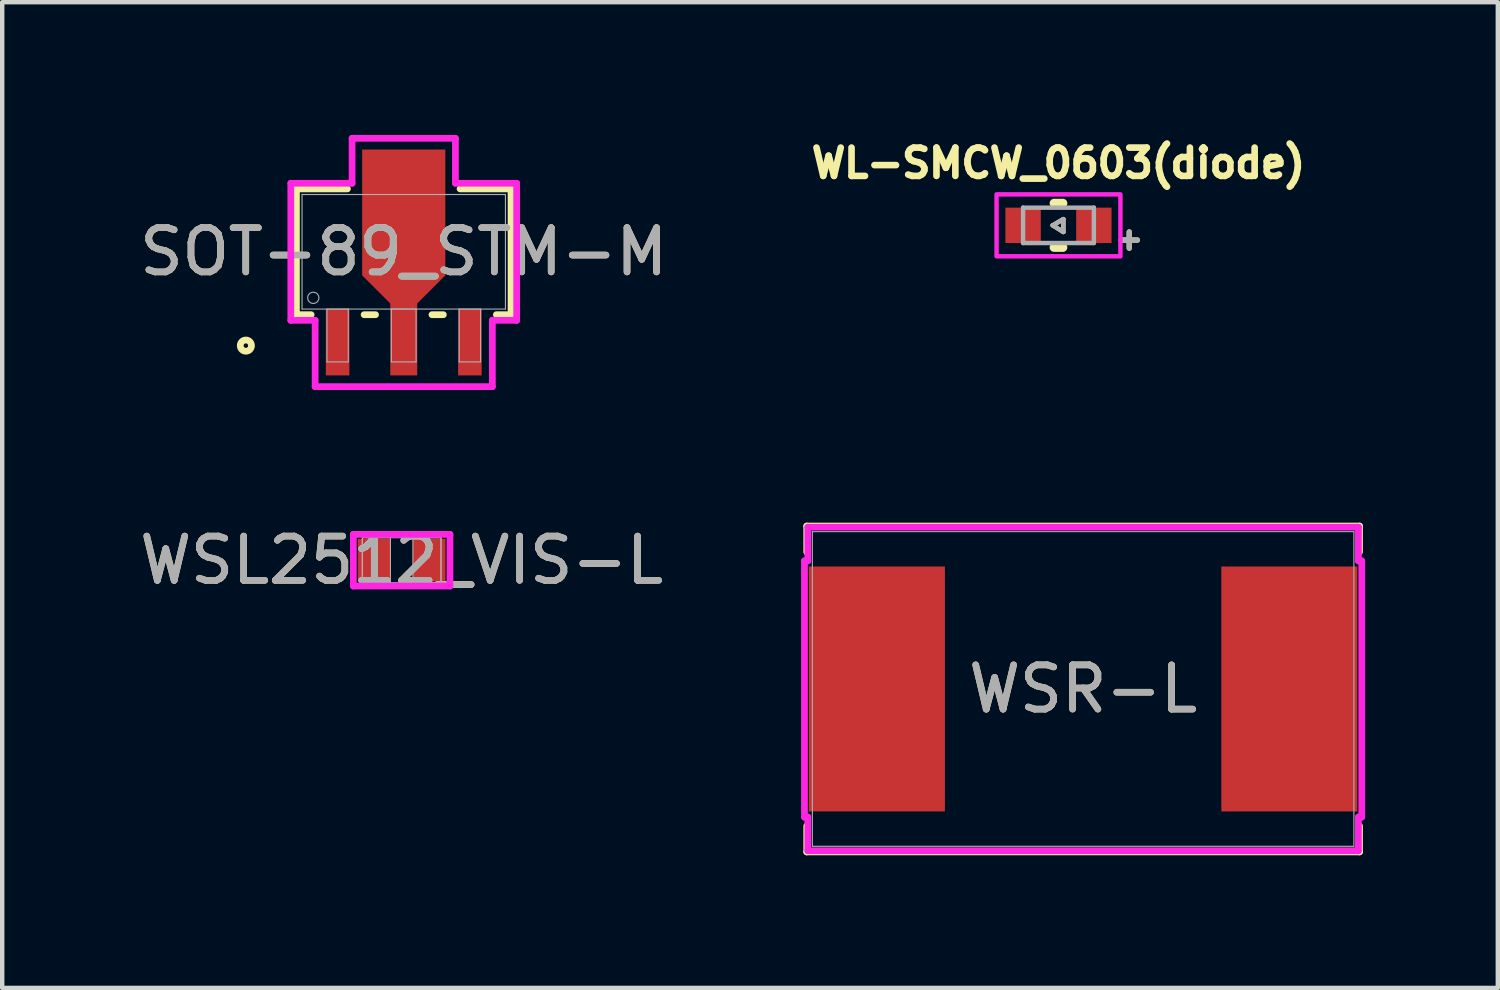
<source format=kicad_pcb>
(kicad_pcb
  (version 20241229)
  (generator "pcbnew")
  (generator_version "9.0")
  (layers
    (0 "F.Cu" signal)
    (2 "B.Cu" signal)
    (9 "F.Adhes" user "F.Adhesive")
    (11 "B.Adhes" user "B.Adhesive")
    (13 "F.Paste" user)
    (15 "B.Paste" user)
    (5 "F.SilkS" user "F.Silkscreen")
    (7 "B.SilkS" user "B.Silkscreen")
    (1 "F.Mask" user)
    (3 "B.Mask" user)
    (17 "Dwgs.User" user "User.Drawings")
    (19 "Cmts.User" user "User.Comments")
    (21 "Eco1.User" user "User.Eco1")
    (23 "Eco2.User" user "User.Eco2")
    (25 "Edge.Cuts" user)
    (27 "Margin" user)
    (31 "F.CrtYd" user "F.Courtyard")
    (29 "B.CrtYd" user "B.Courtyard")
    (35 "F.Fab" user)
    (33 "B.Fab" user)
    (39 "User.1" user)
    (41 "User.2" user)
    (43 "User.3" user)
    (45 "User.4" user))
  (footprint "WSL2512_VIS-L"
    (layer "F.Cu")
    (at 6.03 9.614)
    (property "Reference" "WSL2512_VIS-L" (at 0 0 0) (unlocked yes) (layer "F.SilkS") (effects (font (size 1 1) (thickness 0.15))))
    (attr smd)
    (fp_line (start -1.092 -0.584) (end 1.092 -0.584) (stroke (width 0.152) (type solid)) (layer "F.CrtYd"))
    (fp_line (start -1.092 0.584) (end -1.092 -0.584) (stroke (width 0.152) (type solid)) (layer "F.CrtYd"))
    (fp_line (start 1.092 -0.584) (end 1.092 0.584) (stroke (width 0.152) (type solid)) (layer "F.CrtYd"))
    (fp_line (start 1.092 0.584) (end -1.092 0.584) (stroke (width 0.152) (type solid)) (layer "F.CrtYd"))
    (fp_line (start -0.889 -0.508) (end -0.889 0.508) (stroke (width 0.025) (type solid)) (layer "F.Fab"))
    (fp_line (start -0.889 -0.508) (end -0.889 0.508) (stroke (width 0.025) (type solid)) (layer "F.Fab"))
    (fp_line (start -0.889 0.508) (end -0.254 0.508) (stroke (width 0.025) (type solid)) (layer "F.Fab"))
    (fp_line (start -0.889 0.508) (end 0.889 0.508) (stroke (width 0.025) (type solid)) (layer "F.Fab"))
    (fp_line (start -0.254 -0.508) (end -0.889 -0.508) (stroke (width 0.025) (type solid)) (layer "F.Fab"))
    (fp_line (start -0.254 0.508) (end -0.254 -0.508) (stroke (width 0.025) (type solid)) (layer "F.Fab"))
    (fp_line (start 0.254 -0.508) (end 0.254 0.508) (stroke (width 0.025) (type solid)) (layer "F.Fab"))
    (fp_line (start 0.254 0.508) (end 0.889 0.508) (stroke (width 0.025) (type solid)) (layer "F.Fab"))
    (fp_line (start 0.889 -0.508) (end -0.889 -0.508) (stroke (width 0.025) (type solid)) (layer "F.Fab"))
    (fp_line (start 0.889 -0.508) (end 0.254 -0.508) (stroke (width 0.025) (type solid)) (layer "F.Fab"))
    (fp_line (start 0.889 0.508) (end 0.889 -0.508) (stroke (width 0.025) (type solid)) (layer "F.Fab"))
    (fp_line (start 0.889 0.508) (end 0.889 -0.508) (stroke (width 0.025) (type solid)) (layer "F.Fab"))
    (fp_text user "${REFERENCE}" (at 0 0 0) (unlocked yes) (layer "F.Fab") (effects (font (size 1 1) (thickness 0.15))))
    (pad "1" smd rect (at -0.622 0) (size 0.737 0.965) (layers "F.Cu" "F.Mask" "F.Paste"))
    (pad "2" smd rect (at 0.622 0) (size 0.737 0.965) (layers "F.Cu" "F.Mask" "F.Paste"))
    (zone (net_name "") (layer "F.Cu") (hatch full 0.508) (connect_pads) (min_thickness 0.254) (filled_areas_thickness no) (keepout (tracks not_allowed) (vias not_allowed) (pads allowed) (copperpour not_allowed) (footprints allowed)) (placement (enabled no)) (fill) (polygon (pts (xy 5.827 9.157) (xy 6.233 9.157) (xy 6.233 10.071) (xy 5.827 10.071)))))
  (footprint "WL-SMCW_0603(diode)"
    (layer "F.Cu")
    (at 20.878 2.044)
    (property "Reference" "WL-SMCW_0603(diode)" (at 0 -1.406 0) (layer "F.SilkS") (effects (font (size 0.64 0.64) (thickness 0.15))))
    (attr smd)
    (fp_line (start -0.13 0) (end 0.11 -0.14) (stroke (width 0.1) (type solid)) (layer "F.SilkS"))
    (fp_line (start -0.1 -0.5) (end 0.1 -0.5) (stroke (width 0.2) (type solid)) (layer "F.SilkS"))
    (fp_line (start 0.1 0.5) (end -0.1 0.5) (stroke (width 0.2) (type solid)) (layer "F.SilkS"))
    (fp_line (start 0.11 -0.14) (end 0.11 0.15) (stroke (width 0.1) (type solid)) (layer "F.SilkS"))
    (fp_line (start 0.11 0.15) (end -0.13 0) (stroke (width 0.1) (type solid)) (layer "F.SilkS"))
    (fp_poly (pts (xy -1.4 -0.7) (xy 1.4 -0.7) (xy 1.4 0.7) (xy -1.4 0.7)) (stroke (width 0.1) (type solid)) (fill no) (layer "F.CrtYd"))
    (fp_line (start -0.8 -0.4) (end 0.8 -0.4) (stroke (width 0.1) (type solid)) (layer "F.Fab"))
    (fp_line (start -0.8 0.4) (end -0.8 -0.4) (stroke (width 0.1) (type solid)) (layer "F.Fab"))
    (fp_line (start -0.8 0.4) (end 0.8 0.4) (stroke (width 0.1) (type solid)) (layer "F.Fab"))
    (fp_line (start -0.13 0) (end 0.11 -0.14) (stroke (width 0.1) (type solid)) (layer "F.Fab"))
    (fp_line (start 0.11 -0.14) (end 0.11 0.15) (stroke (width 0.1) (type solid)) (layer "F.Fab"))
    (fp_line (start 0.11 0.15) (end -0.13 0) (stroke (width 0.1) (type solid)) (layer "F.Fab"))
    (fp_line (start 0.8 -0.4) (end 0.8 0.4) (stroke (width 0.1) (type solid)) (layer "F.Fab"))
    (fp_text user "+" (at 1.6 0.3 0) (layer "F.SilkS") (effects (font (size 0.48 0.48) (thickness 0.15))))
    (fp_text user "+" (at 1.6 0.3 0) (layer "F.Fab") (effects (font (size 0.48 0.48) (thickness 0.15))))
    (pad "1" smd rect (at -0.8 0) (size 0.8 0.8) (layers "F.Cu" "F.Mask" "F.Paste"))
    (pad "2" smd rect (at 0.8 0) (size 0.8 0.8) (layers "F.Cu" "F.Mask" "F.Paste")))
  (footprint "WSR-L"
    (layer "F.Cu")
    (at 21.435 12.525)
    (property "Reference" "WSR-L" (at 0 0 0) (unlocked yes) (layer "F.SilkS") (effects (font (size 1 1) (thickness 0.15))))
    (attr smd)
    (fp_line (start -6.248 -3.683) (end -6.248 -3.097) (stroke (width 0.152) (type solid)) (layer "F.SilkS"))
    (fp_line (start -6.248 3.097) (end -6.248 3.683) (stroke (width 0.152) (type solid)) (layer "F.SilkS"))
    (fp_line (start -6.248 3.683) (end 6.248 3.683) (stroke (width 0.152) (type solid)) (layer "F.SilkS"))
    (fp_line (start 6.248 -3.683) (end -6.248 -3.683) (stroke (width 0.152) (type solid)) (layer "F.SilkS"))
    (fp_line (start 6.248 -3.097) (end 6.248 -3.683) (stroke (width 0.152) (type solid)) (layer "F.SilkS"))
    (fp_line (start 6.248 3.683) (end 6.248 3.097) (stroke (width 0.152) (type solid)) (layer "F.SilkS"))
    (fp_line (start -6.299 -2.896) (end -6.223 -2.896) (stroke (width 0.152) (type solid)) (layer "F.CrtYd"))
    (fp_line (start -6.299 2.896) (end -6.299 -2.896) (stroke (width 0.152) (type solid)) (layer "F.CrtYd"))
    (fp_line (start -6.223 -3.658) (end 6.223 -3.658) (stroke (width 0.152) (type solid)) (layer "F.CrtYd"))
    (fp_line (start -6.223 -2.896) (end -6.223 -3.658) (stroke (width 0.152) (type solid)) (layer "F.CrtYd"))
    (fp_line (start -6.223 2.896) (end -6.299 2.896) (stroke (width 0.152) (type solid)) (layer "F.CrtYd"))
    (fp_line (start -6.223 3.658) (end -6.223 2.896) (stroke (width 0.152) (type solid)) (layer "F.CrtYd"))
    (fp_line (start 6.223 -3.658) (end 6.223 -2.896) (stroke (width 0.152) (type solid)) (layer "F.CrtYd"))
    (fp_line (start 6.223 -2.896) (end 6.299 -2.896) (stroke (width 0.152) (type solid)) (layer "F.CrtYd"))
    (fp_line (start 6.223 2.896) (end 6.223 3.658) (stroke (width 0.152) (type solid)) (layer "F.CrtYd"))
    (fp_line (start 6.223 3.658) (end -6.223 3.658) (stroke (width 0.152) (type solid)) (layer "F.CrtYd"))
    (fp_line (start 6.299 -2.896) (end 6.299 2.896) (stroke (width 0.152) (type solid)) (layer "F.CrtYd"))
    (fp_line (start 6.299 2.896) (end 6.223 2.896) (stroke (width 0.152) (type solid)) (layer "F.CrtYd"))
    (fp_line (start -6.121 -3.556) (end -6.121 3.556) (stroke (width 0.025) (type solid)) (layer "F.Fab"))
    (fp_line (start -6.121 3.556) (end 6.121 3.556) (stroke (width 0.025) (type solid)) (layer "F.Fab"))
    (fp_line (start 6.121 -3.556) (end -6.121 -3.556) (stroke (width 0.025) (type solid)) (layer "F.Fab"))
    (fp_line (start 6.121 3.556) (end 6.121 -3.556) (stroke (width 0.025) (type solid)) (layer "F.Fab"))
    (fp_text user "${REFERENCE}" (at 0 0 0) (unlocked yes) (layer "F.Fab") (effects (font (size 1 1) (thickness 0.15))))
    (pad "1" smd rect (at -4.661 0 90) (size 5.537 3.073) (layers "F.Cu" "F.Mask" "F.Paste"))
    (pad "2" smd rect (at 4.661 0 90) (size 5.537 3.073) (layers "F.Cu" "F.Mask" "F.Paste"))
    (zone (net_name "") (layer "F.Cu") (hatch full 0.508) (connect_pads) (min_thickness 0.254) (filled_areas_thickness no) (keepout (tracks not_allowed) (vias not_allowed) (pads allowed) (copperpour not_allowed) (footprints allowed)) (placement (enabled no)) (fill) (polygon (pts (xy 15.364 9.02) (xy 27.506 9.02) (xy 27.506 9.68) (xy 15.364 9.68))))
    (zone (net_name "") (layer "F.Cu") (hatch full 0.508) (connect_pads) (min_thickness 0.254) (filled_areas_thickness no) (keepout (tracks not_allowed) (vias not_allowed) (pads allowed) (copperpour not_allowed) (footprints allowed)) (placement (enabled no)) (fill) (polygon (pts (xy 15.364 15.37) (xy 27.506 15.37) (xy 27.506 16.03) (xy 15.364 16.03))))
    (zone (net_name "") (layer "F.Cu") (hatch full 0.508) (connect_pads) (min_thickness 0.254) (filled_areas_thickness no) (keepout (tracks not_allowed) (vias not_allowed) (pads allowed) (copperpour not_allowed) (footprints allowed)) (placement (enabled no)) (fill) (polygon (pts (xy 18.362 9.68) (xy 24.508 9.68) (xy 24.508 15.37) (xy 18.362 15.37)))))
  (footprint "SOT-89_STM-M"
    (layer "F.Cu")
    (at 6.077 2.642)
    (property "Reference" "SOT-89_STM-M" (at 0 0 0) (unlocked yes) (layer "F.SilkS") (effects (font (size 1 1) (thickness 0.15))))
    (attr smd)
    (fp_poly (pts (xy -0.305 1.295) (xy -0.305 1.168) (xy -0.94 0.533) (xy -0.94 -2.311) (xy 0.94 -2.311) (xy 0.94 0.533) (xy 0.305 1.168) (xy 0.305 1.295)) (stroke (width 0) (type solid)) (fill yes) (layer "F.Cu"))
    (fp_poly (pts (xy -0.305 1.321) (xy -0.305 1.168) (xy -0.94 0.533) (xy -0.94 -2.057) (xy 0.94 -2.057) (xy 0.94 0.533) (xy 0.305 1.168) (xy 0.305 1.321)) (stroke (width 0) (type solid)) (fill yes) (layer "F.Mask"))
    (fp_line (start -2.426 -1.422) (end -2.426 1.422) (stroke (width 0.152) (type solid)) (layer "F.SilkS"))
    (fp_line (start -2.426 1.422) (end -2.094 1.422) (stroke (width 0.152) (type solid)) (layer "F.SilkS"))
    (fp_line (start -1.273 -1.422) (end -2.426 -1.422) (stroke (width 0.152) (type solid)) (layer "F.SilkS"))
    (fp_line (start -0.896 1.422) (end -0.638 1.422) (stroke (width 0.152) (type solid)) (layer "F.SilkS"))
    (fp_line (start 0.638 1.422) (end 0.896 1.422) (stroke (width 0.152) (type solid)) (layer "F.SilkS"))
    (fp_line (start 2.094 1.422) (end 2.426 1.422) (stroke (width 0.152) (type solid)) (layer "F.SilkS"))
    (fp_line (start 2.426 -1.422) (end 1.273 -1.422) (stroke (width 0.152) (type solid)) (layer "F.SilkS"))
    (fp_line (start 2.426 1.422) (end 2.426 -1.422) (stroke (width 0.152) (type solid)) (layer "F.SilkS"))
    (fp_circle (center -3.569 2.121) (end -3.442 2.121) (stroke (width 0.152) (type solid)) (fill no) (layer "F.SilkS"))
    (fp_poly (pts (xy -0.305 1.321) (xy -0.305 1.168) (xy -0.94 0.533) (xy -0.94 -2.057) (xy 0.94 -2.057) (xy 0.94 0.533) (xy 0.305 1.168) (xy 0.305 1.321)) (stroke (width 0) (type solid)) (fill yes) (layer "F.Paste"))
    (fp_line (start -2.553 -1.549) (end -1.168 -1.549) (stroke (width 0.152) (type solid)) (layer "F.CrtYd"))
    (fp_line (start -2.553 1.549) (end -2.553 -1.549) (stroke (width 0.152) (type solid)) (layer "F.CrtYd"))
    (fp_line (start -2.003 1.549) (end -2.553 1.549) (stroke (width 0.152) (type solid)) (layer "F.CrtYd"))
    (fp_line (start -2.003 3.048) (end -2.003 1.549) (stroke (width 0.152) (type solid)) (layer "F.CrtYd"))
    (fp_line (start -1.168 -2.565) (end 1.168 -2.565) (stroke (width 0.152) (type solid)) (layer "F.CrtYd"))
    (fp_line (start -1.168 -1.549) (end -1.168 -2.565) (stroke (width 0.152) (type solid)) (layer "F.CrtYd"))
    (fp_line (start 1.168 -2.565) (end 1.168 -1.549) (stroke (width 0.152) (type solid)) (layer "F.CrtYd"))
    (fp_line (start 1.168 -1.549) (end 2.553 -1.549) (stroke (width 0.152) (type solid)) (layer "F.CrtYd"))
    (fp_line (start 2.003 1.549) (end 2.003 3.048) (stroke (width 0.152) (type solid)) (layer "F.CrtYd"))
    (fp_line (start 2.003 3.048) (end -2.003 3.048) (stroke (width 0.152) (type solid)) (layer "F.CrtYd"))
    (fp_line (start 2.553 -1.549) (end 2.553 1.549) (stroke (width 0.152) (type solid)) (layer "F.CrtYd"))
    (fp_line (start 2.553 1.549) (end 2.003 1.549) (stroke (width 0.152) (type solid)) (layer "F.CrtYd"))
    (fp_line (start -2.299 -1.295) (end -2.299 1.295) (stroke (width 0.025) (type solid)) (layer "F.Fab"))
    (fp_line (start -2.299 1.295) (end 2.299 1.295) (stroke (width 0.025) (type solid)) (layer "F.Fab"))
    (fp_line (start -1.736 1.295) (end -1.736 2.489) (stroke (width 0.025) (type solid)) (layer "F.Fab"))
    (fp_line (start -1.736 2.489) (end -1.254 2.489) (stroke (width 0.025) (type solid)) (layer "F.Fab"))
    (fp_line (start -1.254 1.295) (end -1.736 1.295) (stroke (width 0.025) (type solid)) (layer "F.Fab"))
    (fp_line (start -1.254 2.489) (end -1.254 1.295) (stroke (width 0.025) (type solid)) (layer "F.Fab"))
    (fp_line (start -0.279 1.295) (end -0.279 2.489) (stroke (width 0.025) (type solid)) (layer "F.Fab"))
    (fp_line (start -0.279 2.489) (end 0.279 2.489) (stroke (width 0.025) (type solid)) (layer "F.Fab"))
    (fp_line (start 0.279 1.295) (end -0.279 1.295) (stroke (width 0.025) (type solid)) (layer "F.Fab"))
    (fp_line (start 0.279 2.489) (end 0.279 1.295) (stroke (width 0.025) (type solid)) (layer "F.Fab"))
    (fp_line (start 1.254 1.295) (end 1.254 2.489) (stroke (width 0.025) (type solid)) (layer "F.Fab"))
    (fp_line (start 1.254 2.489) (end 1.736 2.489) (stroke (width 0.025) (type solid)) (layer "F.Fab"))
    (fp_line (start 1.736 1.295) (end 1.254 1.295) (stroke (width 0.025) (type solid)) (layer "F.Fab"))
    (fp_line (start 1.736 2.489) (end 1.736 1.295) (stroke (width 0.025) (type solid)) (layer "F.Fab"))
    (fp_line (start 2.299 -1.295) (end -2.299 -1.295) (stroke (width 0.025) (type solid)) (layer "F.Fab"))
    (fp_line (start 2.299 1.295) (end 2.299 -1.295) (stroke (width 0.025) (type solid)) (layer "F.Fab"))
    (fp_circle (center -2.045 1.041) (end -1.918 1.041) (stroke (width 0.025) (type solid)) (fill no) (layer "F.Fab"))
    (fp_text user "${REFERENCE}" (at 0 0 0) (unlocked yes) (layer "F.Fab") (effects (font (size 1 1) (thickness 0.15))))
    (pad "1" smd rect (at -1.495 2.045) (size 0.533 1.499) (layers "F.Cu" "F.Mask" "F.Paste"))
    (pad "2" smd rect (at 0 2.045) (size 0.61 1.499) (layers "F.Cu" "F.Mask" "F.Paste"))
    (pad "3" smd rect (at 1.495 2.045) (size 0.533 1.499) (layers "F.Cu" "F.Mask" "F.Paste")))
  (gr_rect
    (start -3 -3)
    (end 30.81 19.284)
    (stroke (width 0.1) (type default))
    (fill no)
    (layer "Edge.Cuts")))
</source>
